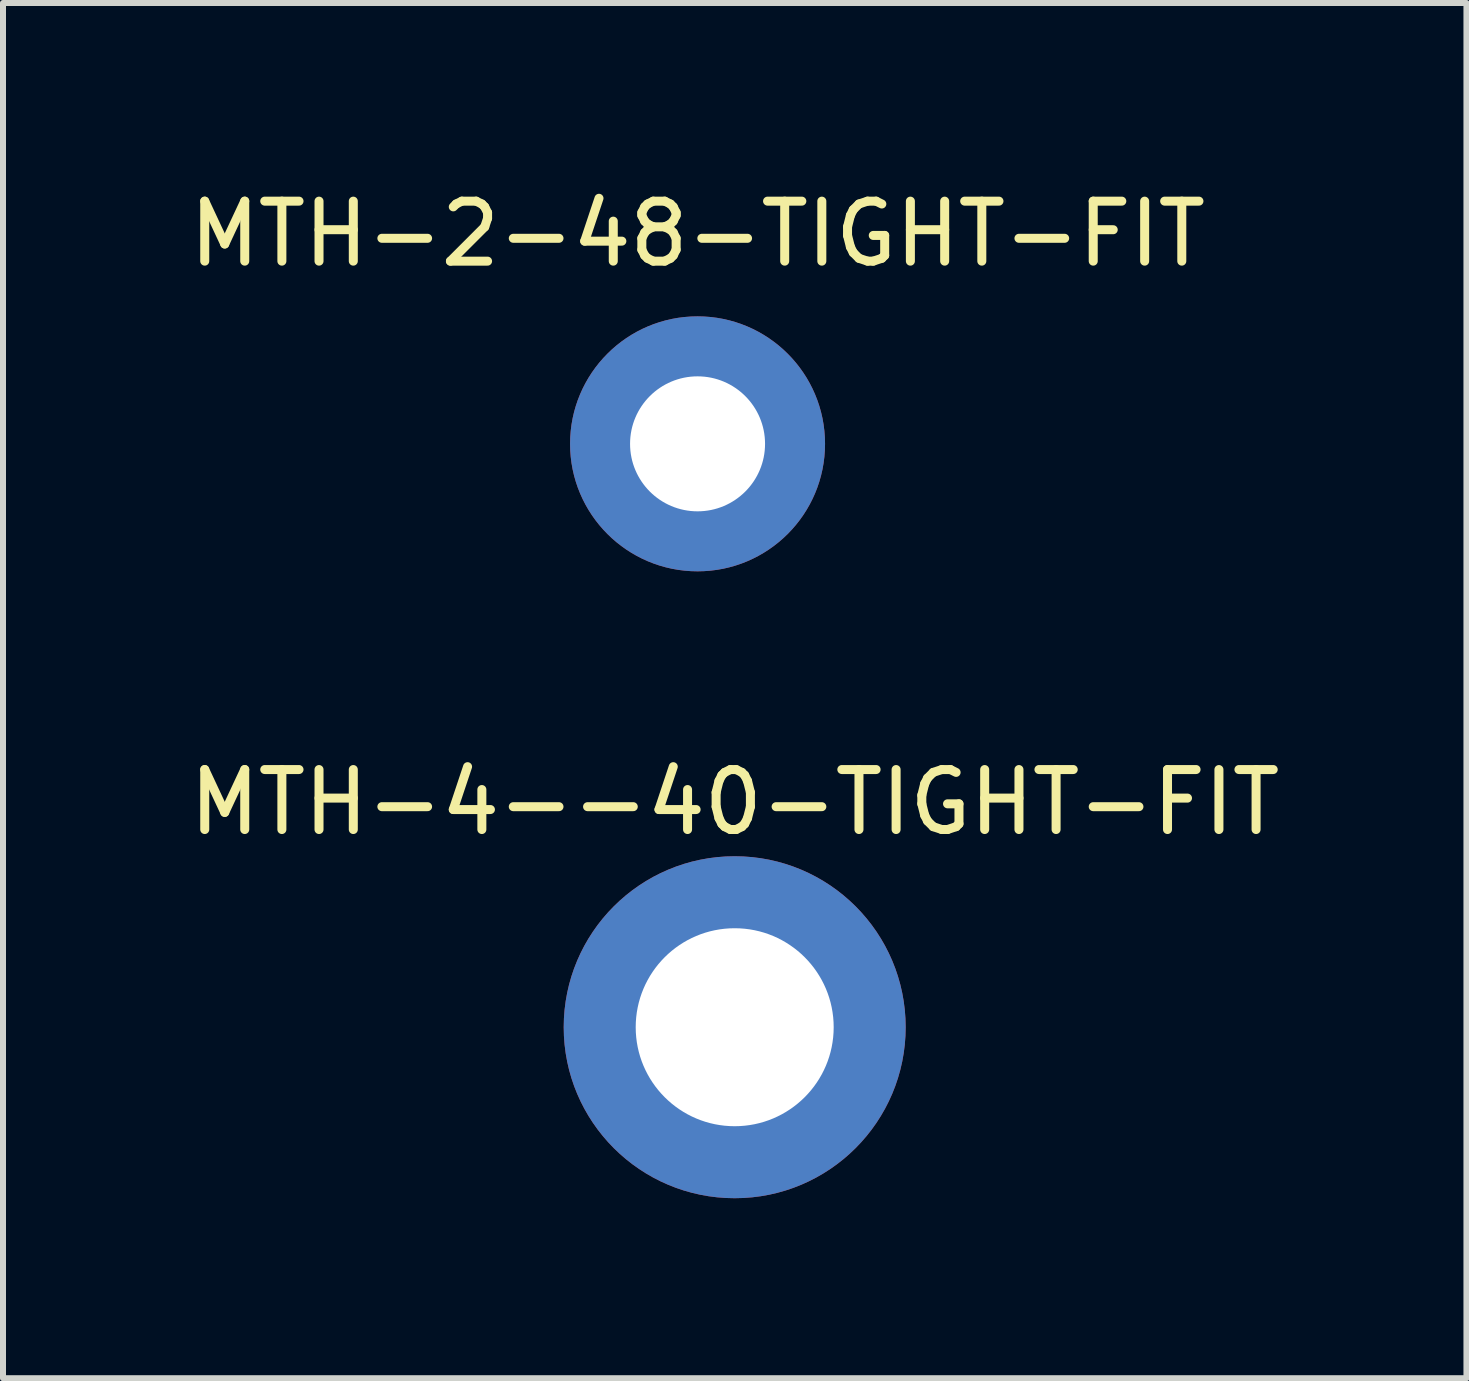
<source format=kicad_pcb>
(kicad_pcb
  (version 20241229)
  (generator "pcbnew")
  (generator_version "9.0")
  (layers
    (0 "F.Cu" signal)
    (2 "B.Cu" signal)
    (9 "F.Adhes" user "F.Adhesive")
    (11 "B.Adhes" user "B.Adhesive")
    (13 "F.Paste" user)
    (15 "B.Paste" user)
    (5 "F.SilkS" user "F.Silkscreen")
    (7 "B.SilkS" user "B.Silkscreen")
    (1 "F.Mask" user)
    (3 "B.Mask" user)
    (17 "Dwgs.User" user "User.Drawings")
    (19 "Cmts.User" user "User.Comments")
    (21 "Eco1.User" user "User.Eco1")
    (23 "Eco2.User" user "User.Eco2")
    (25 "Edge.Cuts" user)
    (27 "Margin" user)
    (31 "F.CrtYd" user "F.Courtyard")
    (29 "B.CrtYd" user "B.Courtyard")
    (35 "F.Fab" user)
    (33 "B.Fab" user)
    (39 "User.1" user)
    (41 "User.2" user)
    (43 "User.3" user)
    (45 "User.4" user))
  (footprint "MTH-4--40-TIGHT-FIT"
    (layer "F.Cu")
    (at 9.196 14.072)
    (property "Reference" "MTH-4--40-TIGHT-FIT" (at 0 -3.75 0) (layer "F.SilkS") (effects (font (size 1 1) (thickness 0.15))))
    (attr through_hole)
    (pad "" thru_hole circle (at 0 0) (size 5.7 5.7) (drill 3.3) (layers "*.Cu" "*.Mask")))
  (footprint "MTH-2-48-TIGHT-FIT"
    (layer "F.Cu")
    (at 8.577 4.348)
    (property "Reference" "MTH-2-48-TIGHT-FIT" (at 0 -3.5 0) (layer "F.SilkS") (effects (font (size 1 1) (thickness 0.15))))
    (attr through_hole)
    (pad "" thru_hole circle (at 0 0) (size 4.25 4.25) (drill 2.25) (layers "*.Cu" "*.Mask")))
  (gr_rect
    (start -3 -3)
    (end 21.393 19.922)
    (stroke (width 0.1) (type default))
    (fill no)
    (layer "Edge.Cuts")))
</source>
